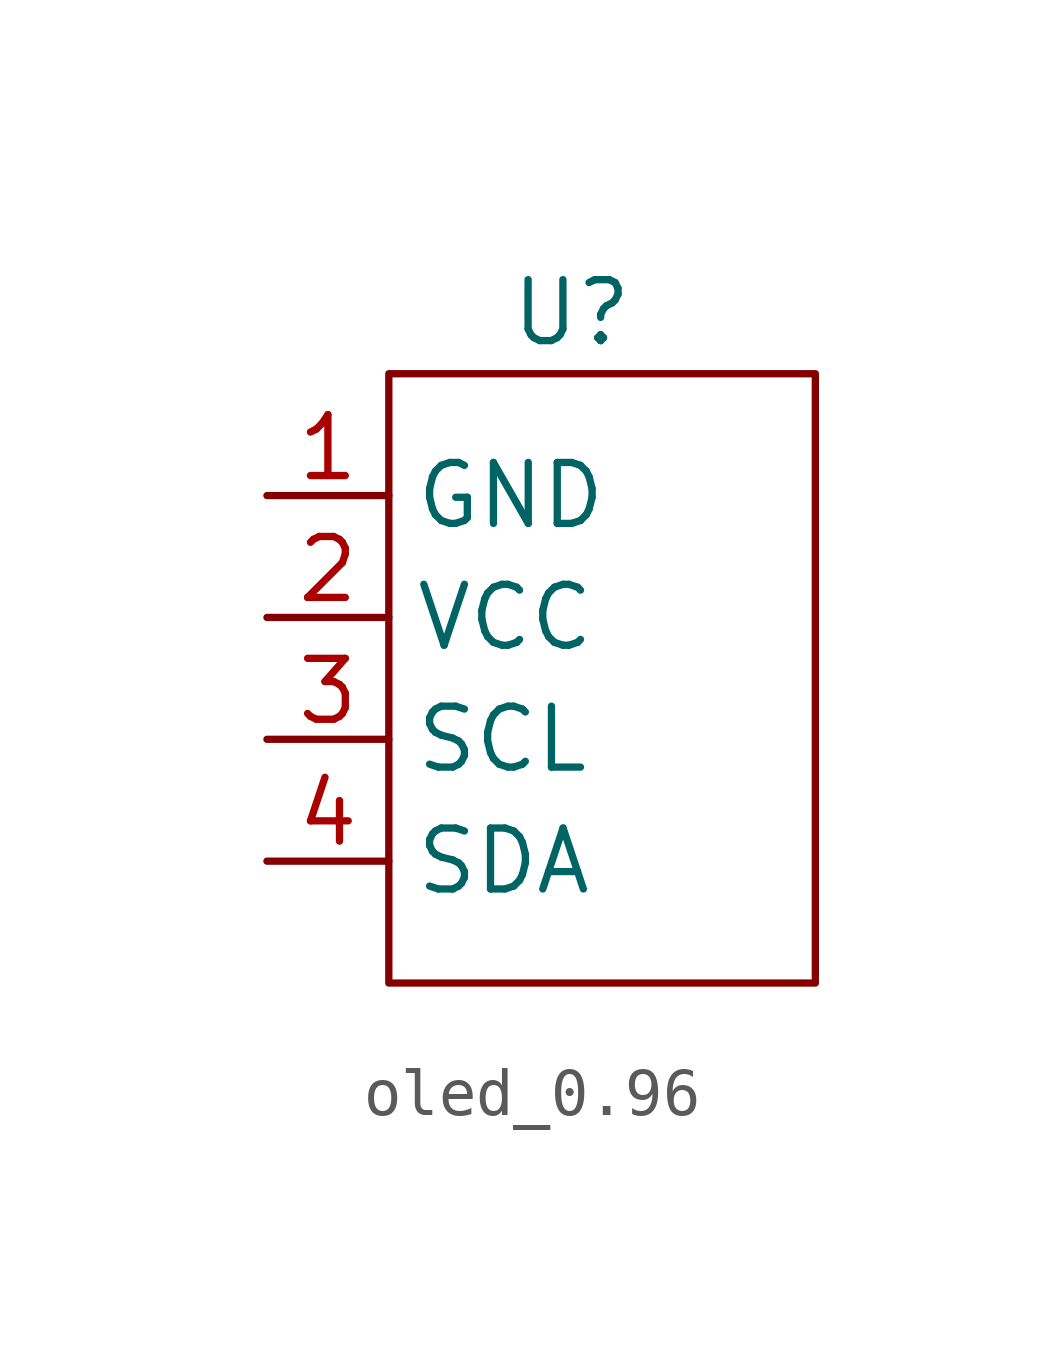
<source format=kicad_sym>
(kicad_symbol_lib
  (version 20231120)
  (generator "kicad_symbol_editor")
  (generator_version "8.0")
  (symbol "oled_0.96"
    (property "Reference" "U"
      (at 0 0 0)
      (effects (font (size 1.27 1.27))))
    (property "Value" ""
      (at 0 0 0)
      (effects (font (size 1.27 1.27))))
    (symbol "oled_0.96_0_1"
      (rectangle (start -3.81 -1.27) (end 5.08 -13.97) (stroke (width 0) (type default)) (fill (type none))))
    (symbol "oled_0.96_1_1"
      (pin power_in line (at -6.35 -3.81 0) (length 2.54) (name "GND" (effects (font (size 1.27 1.27)))) (number "1" (effects (font (size 1.27 1.27)))))
      (pin power_in line (at -6.35 -6.35 0) (length 2.54) (name "VCC" (effects (font (size 1.27 1.27)))) (number "2" (effects (font (size 1.27 1.27)))))
      (pin bidirectional line (at -6.35 -8.89 0) (length 2.54) (name "SCL" (effects (font (size 1.27 1.27)))) (number "3" (effects (font (size 1.27 1.27)))))
      (pin bidirectional line (at -6.35 -11.43 0) (length 2.54) (name "SDA" (effects (font (size 1.27 1.27)))) (number "4" (effects (font (size 1.27 1.27))))))))
</source>
